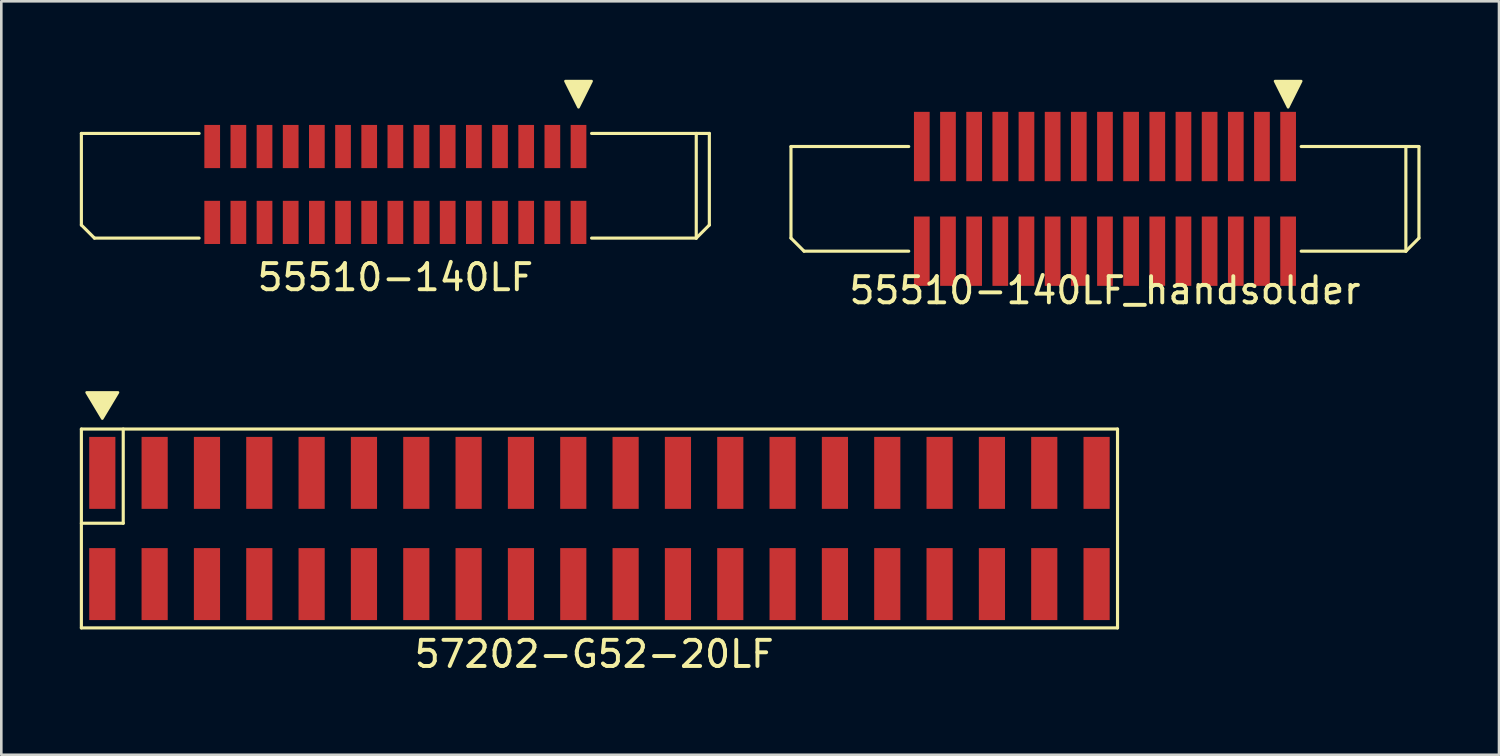
<source format=kicad_pcb>
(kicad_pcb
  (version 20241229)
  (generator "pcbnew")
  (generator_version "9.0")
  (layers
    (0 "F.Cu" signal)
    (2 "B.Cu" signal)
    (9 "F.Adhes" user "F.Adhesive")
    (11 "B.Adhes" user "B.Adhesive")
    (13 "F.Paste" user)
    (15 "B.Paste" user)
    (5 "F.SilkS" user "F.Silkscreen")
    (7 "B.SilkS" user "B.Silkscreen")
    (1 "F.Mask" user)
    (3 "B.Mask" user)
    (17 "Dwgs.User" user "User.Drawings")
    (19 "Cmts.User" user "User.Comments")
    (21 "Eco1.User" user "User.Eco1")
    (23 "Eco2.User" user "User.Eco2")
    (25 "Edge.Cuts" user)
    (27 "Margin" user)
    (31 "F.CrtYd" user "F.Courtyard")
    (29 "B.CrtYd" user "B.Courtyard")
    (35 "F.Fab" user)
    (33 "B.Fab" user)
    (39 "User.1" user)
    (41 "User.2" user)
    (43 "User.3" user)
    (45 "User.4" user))
  (footprint "57202-G52-20LF"
    (layer "F.Cu")
    (at 0.86 17.148)
    (property "Reference" "57202-G52-20LF" (at 18.8 4.8 0) (layer "F.SilkS") (effects (font (size 1 1) (thickness 0.15))))
    (attr through_hole)
    (fp_line (start -0.8 -3.8) (end -0.8 3.8) (stroke (width 0.12) (type solid)) (layer "F.SilkS"))
    (fp_line (start -0.8 -0.2) (end 0.8 -0.2) (stroke (width 0.12) (type solid)) (layer "F.SilkS"))
    (fp_line (start -0.8 3.8) (end 38.8 3.8) (stroke (width 0.12) (type solid)) (layer "F.SilkS"))
    (fp_line (start 0.8 -0.2) (end 0.8 -3.8) (stroke (width 0.12) (type solid)) (layer "F.SilkS"))
    (fp_line (start 38.8 -3.8) (end -0.8 -3.8) (stroke (width 0.12) (type solid)) (layer "F.SilkS"))
    (fp_line (start 38.8 3.8) (end 38.8 -3.8) (stroke (width 0.12) (type solid)) (layer "F.SilkS"))
    (fp_poly (pts (xy 0 -4.2) (xy -0.6 -5.2) (xy 0.6 -5.2)) (stroke (width 0.1) (type solid)) (fill yes) (layer "F.SilkS"))
    (pad "1" smd rect (at 0 -2.125) (size 1 2.75) (layers "F.Cu" "F.Mask" "F.Paste"))
    (pad "2" smd rect (at 0 2.125) (size 1 2.75) (layers "F.Cu" "F.Mask" "F.Paste"))
    (pad "3" smd rect (at 2 -2.125) (size 1 2.75) (layers "F.Cu" "F.Mask" "F.Paste"))
    (pad "4" smd rect (at 2 2.125) (size 1 2.75) (layers "F.Cu" "F.Mask" "F.Paste"))
    (pad "5" smd rect (at 4 -2.125) (size 1 2.75) (layers "F.Cu" "F.Mask" "F.Paste"))
    (pad "6" smd rect (at 4 2.125) (size 1 2.75) (layers "F.Cu" "F.Mask" "F.Paste"))
    (pad "7" smd rect (at 6 -2.125) (size 1 2.75) (layers "F.Cu" "F.Mask" "F.Paste"))
    (pad "8" smd rect (at 6 2.125) (size 1 2.75) (layers "F.Cu" "F.Mask" "F.Paste"))
    (pad "9" smd rect (at 8 -2.125) (size 1 2.75) (layers "F.Cu" "F.Mask" "F.Paste"))
    (pad "10" smd rect (at 8 2.125) (size 1 2.75) (layers "F.Cu" "F.Mask" "F.Paste"))
    (pad "11" smd rect (at 10 -2.125) (size 1 2.75) (layers "F.Cu" "F.Mask" "F.Paste"))
    (pad "12" smd rect (at 10 2.125) (size 1 2.75) (layers "F.Cu" "F.Mask" "F.Paste"))
    (pad "13" smd rect (at 12 -2.125) (size 1 2.75) (layers "F.Cu" "F.Mask" "F.Paste"))
    (pad "14" smd rect (at 12 2.125) (size 1 2.75) (layers "F.Cu" "F.Mask" "F.Paste"))
    (pad "15" smd rect (at 14 -2.125) (size 1 2.75) (layers "F.Cu" "F.Mask" "F.Paste"))
    (pad "16" smd rect (at 14 2.125) (size 1 2.75) (layers "F.Cu" "F.Mask" "F.Paste"))
    (pad "17" smd rect (at 16 -2.125) (size 1 2.75) (layers "F.Cu" "F.Mask" "F.Paste"))
    (pad "18" smd rect (at 16 2.125) (size 1 2.75) (layers "F.Cu" "F.Mask" "F.Paste"))
    (pad "19" smd rect (at 18 -2.125) (size 1 2.75) (layers "F.Cu" "F.Mask" "F.Paste"))
    (pad "20" smd rect (at 18 2.125) (size 1 2.75) (layers "F.Cu" "F.Mask" "F.Paste"))
    (pad "21" smd rect (at 20 -2.125) (size 1 2.75) (layers "F.Cu" "F.Mask" "F.Paste"))
    (pad "22" smd rect (at 20 2.125) (size 1 2.75) (layers "F.Cu" "F.Mask" "F.Paste"))
    (pad "23" smd rect (at 22 -2.125) (size 1 2.75) (layers "F.Cu" "F.Mask" "F.Paste"))
    (pad "24" smd rect (at 22 2.125) (size 1 2.75) (layers "F.Cu" "F.Mask" "F.Paste"))
    (pad "25" smd rect (at 24 -2.125) (size 1 2.75) (layers "F.Cu" "F.Mask" "F.Paste"))
    (pad "26" smd rect (at 24 2.125) (size 1 2.75) (layers "F.Cu" "F.Mask" "F.Paste"))
    (pad "27" smd rect (at 26 -2.125) (size 1 2.75) (layers "F.Cu" "F.Mask" "F.Paste"))
    (pad "28" smd rect (at 26 2.125) (size 1 2.75) (layers "F.Cu" "F.Mask" "F.Paste"))
    (pad "29" smd rect (at 28 -2.125) (size 1 2.75) (layers "F.Cu" "F.Mask" "F.Paste"))
    (pad "30" smd rect (at 28 2.125) (size 1 2.75) (layers "F.Cu" "F.Mask" "F.Paste"))
    (pad "31" smd rect (at 30 -2.125) (size 1 2.75) (layers "F.Cu" "F.Mask" "F.Paste"))
    (pad "32" smd rect (at 30 2.125) (size 1 2.75) (layers "F.Cu" "F.Mask" "F.Paste"))
    (pad "33" smd rect (at 32 -2.125) (size 1 2.75) (layers "F.Cu" "F.Mask" "F.Paste"))
    (pad "34" smd rect (at 32 2.125) (size 1 2.75) (layers "F.Cu" "F.Mask" "F.Paste"))
    (pad "35" smd rect (at 34 -2.125) (size 1 2.75) (layers "F.Cu" "F.Mask" "F.Paste"))
    (pad "36" smd rect (at 34 2.125) (size 1 2.75) (layers "F.Cu" "F.Mask" "F.Paste"))
    (pad "37" smd rect (at 36 -2.125) (size 1 2.75) (layers "F.Cu" "F.Mask" "F.Paste"))
    (pad "38" smd rect (at 36 2.125) (size 1 2.75) (layers "F.Cu" "F.Mask" "F.Paste"))
    (pad "39" smd rect (at 38 -2.125) (size 1 2.75) (layers "F.Cu" "F.Mask" "F.Paste"))
    (pad "40" smd rect (at 38 2.125) (size 1 2.75) (layers "F.Cu" "F.Mask" "F.Paste")))
  (footprint "55510-140LF"
    (layer "F.Cu")
    (at 12.06 4.05)
    (property "Reference" "55510-140LF" (at 0 3.5 0) (layer "F.SilkS") (effects (font (size 1 1) (thickness 0.15))))
    (attr through_hole)
    (fp_line (start -12 -2) (end -12 1.5) (stroke (width 0.12) (type solid)) (layer "F.SilkS"))
    (fp_line (start -11.5 2) (end -12 1.5) (stroke (width 0.12) (type solid)) (layer "F.SilkS"))
    (fp_line (start -11.5 2) (end -7.5 2) (stroke (width 0.12) (type solid)) (layer "F.SilkS"))
    (fp_line (start -7.5 -2) (end -12 -2) (stroke (width 0.12) (type solid)) (layer "F.SilkS"))
    (fp_line (start 7.5 -2) (end 12 -2) (stroke (width 0.12) (type solid)) (layer "F.SilkS"))
    (fp_line (start 11.5 -2) (end 11.5 2) (stroke (width 0.12) (type solid)) (layer "F.SilkS"))
    (fp_line (start 11.5 2) (end 7.5 2) (stroke (width 0.12) (type solid)) (layer "F.SilkS"))
    (fp_line (start 11.5 2) (end 12 1.5) (stroke (width 0.12) (type solid)) (layer "F.SilkS"))
    (fp_line (start 12 -2) (end 12 1.5) (stroke (width 0.12) (type solid)) (layer "F.SilkS"))
    (fp_poly (pts (xy 7 -3) (xy 6.5 -4) (xy 7.5 -4)) (stroke (width 0.1) (type solid)) (fill yes) (layer "F.SilkS"))
    (pad "" smd rect (at -7 1.4) (size 0.6 1.65) (layers "F.Cu" "F.Mask" "F.Paste"))
    (pad "" smd rect (at -6 1.4) (size 0.6 1.65) (layers "F.Cu" "F.Mask" "F.Paste"))
    (pad "" smd rect (at -5 1.4) (size 0.6 1.65) (layers "F.Cu" "F.Mask" "F.Paste"))
    (pad "" smd rect (at -4 1.4) (size 0.6 1.65) (layers "F.Cu" "F.Mask" "F.Paste"))
    (pad "" smd rect (at -3 1.4) (size 0.6 1.65) (layers "F.Cu" "F.Mask" "F.Paste"))
    (pad "" smd rect (at -2 1.4) (size 0.6 1.65) (layers "F.Cu" "F.Mask" "F.Paste"))
    (pad "" smd rect (at -1 1.4) (size 0.6 1.65) (layers "F.Cu" "F.Mask" "F.Paste"))
    (pad "" smd rect (at 0 1.4) (size 0.6 1.65) (layers "F.Cu" "F.Mask" "F.Paste"))
    (pad "" smd rect (at 1 1.4) (size 0.6 1.65) (layers "F.Cu" "F.Mask" "F.Paste"))
    (pad "" smd rect (at 2 1.4) (size 0.6 1.65) (layers "F.Cu" "F.Mask" "F.Paste"))
    (pad "" smd rect (at 3 1.4) (size 0.6 1.65) (layers "F.Cu" "F.Mask" "F.Paste"))
    (pad "" smd rect (at 4 1.4) (size 0.6 1.65) (layers "F.Cu" "F.Mask" "F.Paste"))
    (pad "" smd rect (at 5 1.4) (size 0.6 1.65) (layers "F.Cu" "F.Mask" "F.Paste"))
    (pad "" smd rect (at 6 1.4) (size 0.6 1.65) (layers "F.Cu" "F.Mask" "F.Paste"))
    (pad "" smd rect (at 7 1.4) (size 0.6 1.65) (layers "F.Cu" "F.Mask" "F.Paste"))
    (pad "1" smd rect (at 7 -1.5) (size 0.6 1.65) (layers "F.Cu" "F.Mask" "F.Paste"))
    (pad "2" smd rect (at 6 -1.5) (size 0.6 1.65) (layers "F.Cu" "F.Mask" "F.Paste"))
    (pad "3" smd rect (at 5 -1.5) (size 0.6 1.65) (layers "F.Cu" "F.Mask" "F.Paste"))
    (pad "4" smd rect (at 4 -1.5) (size 0.6 1.65) (layers "F.Cu" "F.Mask" "F.Paste"))
    (pad "5" smd rect (at 3 -1.5) (size 0.6 1.65) (layers "F.Cu" "F.Mask" "F.Paste"))
    (pad "6" smd rect (at 2 -1.5) (size 0.6 1.65) (layers "F.Cu" "F.Mask" "F.Paste"))
    (pad "7" smd rect (at 1 -1.5) (size 0.6 1.65) (layers "F.Cu" "F.Mask" "F.Paste"))
    (pad "8" smd rect (at 0 -1.5) (size 0.6 1.65) (layers "F.Cu" "F.Mask" "F.Paste"))
    (pad "9" smd rect (at -1 -1.5) (size 0.6 1.65) (layers "F.Cu" "F.Mask" "F.Paste"))
    (pad "10" smd rect (at -2 -1.5) (size 0.6 1.65) (layers "F.Cu" "F.Mask" "F.Paste"))
    (pad "11" smd rect (at -3 -1.5) (size 0.6 1.65) (layers "F.Cu" "F.Mask" "F.Paste"))
    (pad "12" smd rect (at -4 -1.5) (size 0.6 1.65) (layers "F.Cu" "F.Mask" "F.Paste"))
    (pad "13" smd rect (at -5 -1.5) (size 0.6 1.65) (layers "F.Cu" "F.Mask" "F.Paste"))
    (pad "14" smd rect (at -6 -1.5) (size 0.6 1.65) (layers "F.Cu" "F.Mask" "F.Paste"))
    (pad "15" smd rect (at -7 -1.5) (size 0.6 1.65) (layers "F.Cu" "F.Mask" "F.Paste")))
  (footprint "55510-140LF_handsolder"
    (layer "F.Cu")
    (at 39.18 4.55)
    (property "Reference" "55510-140LF_handsolder" (at 0 3.5 0) (layer "F.SilkS") (effects (font (size 1 1) (thickness 0.15))))
    (attr through_hole)
    (fp_line (start -12 -2) (end -12 1.5) (stroke (width 0.12) (type solid)) (layer "F.SilkS"))
    (fp_line (start -11.5 2) (end -12 1.5) (stroke (width 0.12) (type solid)) (layer "F.SilkS"))
    (fp_line (start -11.5 2) (end -7.5 2) (stroke (width 0.12) (type solid)) (layer "F.SilkS"))
    (fp_line (start -7.5 -2) (end -12 -2) (stroke (width 0.12) (type solid)) (layer "F.SilkS"))
    (fp_line (start 7.5 -2) (end 12 -2) (stroke (width 0.12) (type solid)) (layer "F.SilkS"))
    (fp_line (start 11.5 -2) (end 11.5 2) (stroke (width 0.12) (type solid)) (layer "F.SilkS"))
    (fp_line (start 11.5 2) (end 7.5 2) (stroke (width 0.12) (type solid)) (layer "F.SilkS"))
    (fp_line (start 11.5 2) (end 12 1.5) (stroke (width 0.12) (type solid)) (layer "F.SilkS"))
    (fp_line (start 12 -2) (end 12 1.5) (stroke (width 0.12) (type solid)) (layer "F.SilkS"))
    (fp_poly (pts (xy 7 -3.5) (xy 6.5 -4.5) (xy 7.5 -4.5)) (stroke (width 0.1) (type solid)) (fill yes) (layer "F.SilkS"))
    (pad "1" smd rect (at 7 -2) (size 0.6 2.65) (layers "F.Cu" "F.Mask" "F.Paste"))
    (pad "1" smd rect (at 7 2) (size 0.6 2.65) (layers "F.Cu" "F.Mask" "F.Paste"))
    (pad "2" smd rect (at 6 -2) (size 0.6 2.65) (layers "F.Cu" "F.Mask" "F.Paste"))
    (pad "2" smd rect (at 6 2) (size 0.6 2.65) (layers "F.Cu" "F.Mask" "F.Paste"))
    (pad "3" smd rect (at 5 -2) (size 0.6 2.65) (layers "F.Cu" "F.Mask" "F.Paste"))
    (pad "3" smd rect (at 5 2) (size 0.6 2.65) (layers "F.Cu" "F.Mask" "F.Paste"))
    (pad "4" smd rect (at 4 -2) (size 0.6 2.65) (layers "F.Cu" "F.Mask" "F.Paste"))
    (pad "4" smd rect (at 4 2) (size 0.6 2.65) (layers "F.Cu" "F.Mask" "F.Paste"))
    (pad "5" smd rect (at 3 -2) (size 0.6 2.65) (layers "F.Cu" "F.Mask" "F.Paste"))
    (pad "5" smd rect (at 3 2) (size 0.6 2.65) (layers "F.Cu" "F.Mask" "F.Paste"))
    (pad "6" smd rect (at 2 -2) (size 0.6 2.65) (layers "F.Cu" "F.Mask" "F.Paste"))
    (pad "6" smd rect (at 2 2) (size 0.6 2.65) (layers "F.Cu" "F.Mask" "F.Paste"))
    (pad "7" smd rect (at 1 -2) (size 0.6 2.65) (layers "F.Cu" "F.Mask" "F.Paste"))
    (pad "7" smd rect (at 1 2) (size 0.6 2.65) (layers "F.Cu" "F.Mask" "F.Paste"))
    (pad "8" smd rect (at 0 -2) (size 0.6 2.65) (layers "F.Cu" "F.Mask" "F.Paste"))
    (pad "8" smd rect (at 0 2) (size 0.6 2.65) (layers "F.Cu" "F.Mask" "F.Paste"))
    (pad "9" smd rect (at -1 -2) (size 0.6 2.65) (layers "F.Cu" "F.Mask" "F.Paste"))
    (pad "9" smd rect (at -1 2) (size 0.6 2.65) (layers "F.Cu" "F.Mask" "F.Paste"))
    (pad "10" smd rect (at -2 -2) (size 0.6 2.65) (layers "F.Cu" "F.Mask" "F.Paste"))
    (pad "10" smd rect (at -2 2) (size 0.6 2.65) (layers "F.Cu" "F.Mask" "F.Paste"))
    (pad "11" smd rect (at -3 -2) (size 0.6 2.65) (layers "F.Cu" "F.Mask" "F.Paste"))
    (pad "11" smd rect (at -3 2) (size 0.6 2.65) (layers "F.Cu" "F.Mask" "F.Paste"))
    (pad "12" smd rect (at -4 -2) (size 0.6 2.65) (layers "F.Cu" "F.Mask" "F.Paste"))
    (pad "12" smd rect (at -4 2) (size 0.6 2.65) (layers "F.Cu" "F.Mask" "F.Paste"))
    (pad "13" smd rect (at -5 -2) (size 0.6 2.65) (layers "F.Cu" "F.Mask" "F.Paste"))
    (pad "13" smd rect (at -5 2) (size 0.6 2.65) (layers "F.Cu" "F.Mask" "F.Paste"))
    (pad "14" smd rect (at -6 -2) (size 0.6 2.65) (layers "F.Cu" "F.Mask" "F.Paste"))
    (pad "14" smd rect (at -6 2) (size 0.6 2.65) (layers "F.Cu" "F.Mask" "F.Paste"))
    (pad "15" smd rect (at -7 -2) (size 0.6 2.65) (layers "F.Cu" "F.Mask" "F.Paste"))
    (pad "15" smd rect (at -7 2) (size 0.6 2.65) (layers "F.Cu" "F.Mask" "F.Paste")))
  (gr_rect
    (start -3 -3)
    (end 54.24 25.797)
    (stroke (width 0.1) (type default))
    (fill no)
    (layer "Edge.Cuts")))
</source>
